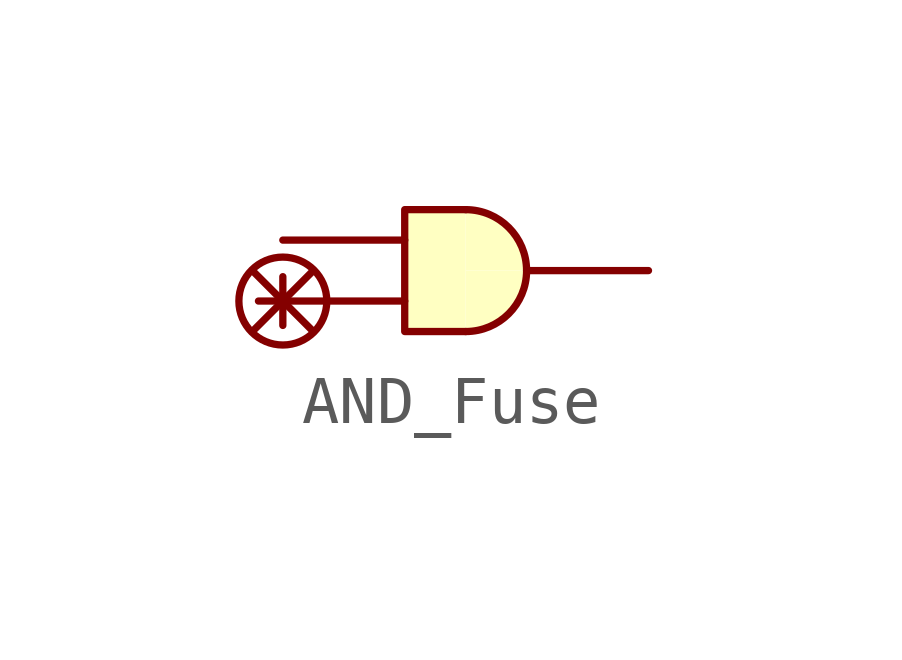
<source format=kicad_sym>
(kicad_symbol_lib
  (version 20211014)
  (generator kicad_symbol_editor)
  (symbol "AND_Fuse"
    (property "Reference" "U"
      (at 0 -3.81 0)
      (effects (font (size 1.27 1.27)) hide))
    (symbol "AND_Fuse_0_1"
      (circle (center -2.54 -1.27) (radius 0.916) (stroke (width 0.152) (type default) (color 0 0 0 0)) (fill (type none)))
      (polyline (pts (xy -3.175 -1.905) (xy -1.905 -0.635)) (stroke (width 0.152) (type default) (color 0 0 0 0)) (fill (type none)))
      (polyline (pts (xy -3.175 -0.635) (xy -1.905 -1.905)) (stroke (width 0.152) (type default) (color 0 0 0 0)) (fill (type none)))
      (polyline (pts (xy -3.048 -1.27) (xy 0 -1.27)) (stroke (width 0.152) (type default) (color 0 0 0 0)) (fill (type none)))
      (polyline (pts (xy -2.54 -1.778) (xy -2.54 -0.762)) (stroke (width 0.152) (type default) (color 0 0 0 0)) (fill (type none)))
      (polyline (pts (xy 1.27 -1.905) (xy 0 -1.905) (xy 0 0.635) (xy 1.27 0.635)) (stroke (width 0.152) (type default) (color 0 0 0 0)) (fill (type background)))
      (arc (start 1.27 -1.905) (mid 2.168 -1.533) (end 2.54 -0.635) (stroke (width 0.1524) (type default) (color 0 0 0 0)) (fill (type background)))
      (arc (start 2.54 -0.635) (mid 2.168 0.263) (end 1.27 0.635) (stroke (width 0.1524) (type default) (color 0 0 0 0)) (fill (type background))))
    (symbol "AND_Fuse_1_1"
      (pin input line (at -2.54 0 0) (length 2.54) (name "" (effects (font (size 1.27 1.27)))) (number "" (effects (font (size 1.27 1.27)))))
      (pin output line (at 5.08 -0.635 180) (length 2.54) (name "" (effects (font (size 1.27 1.27)))) (number "" (effects (font (size 1.27 1.27))))))))
</source>
